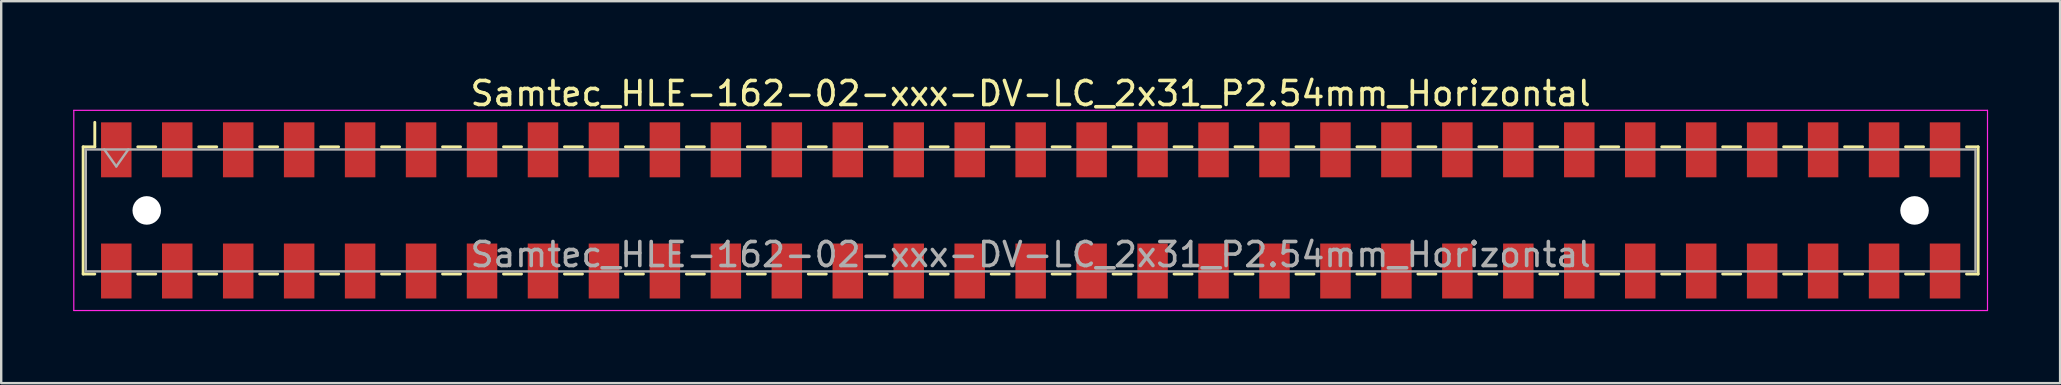
<source format=kicad_pcb>
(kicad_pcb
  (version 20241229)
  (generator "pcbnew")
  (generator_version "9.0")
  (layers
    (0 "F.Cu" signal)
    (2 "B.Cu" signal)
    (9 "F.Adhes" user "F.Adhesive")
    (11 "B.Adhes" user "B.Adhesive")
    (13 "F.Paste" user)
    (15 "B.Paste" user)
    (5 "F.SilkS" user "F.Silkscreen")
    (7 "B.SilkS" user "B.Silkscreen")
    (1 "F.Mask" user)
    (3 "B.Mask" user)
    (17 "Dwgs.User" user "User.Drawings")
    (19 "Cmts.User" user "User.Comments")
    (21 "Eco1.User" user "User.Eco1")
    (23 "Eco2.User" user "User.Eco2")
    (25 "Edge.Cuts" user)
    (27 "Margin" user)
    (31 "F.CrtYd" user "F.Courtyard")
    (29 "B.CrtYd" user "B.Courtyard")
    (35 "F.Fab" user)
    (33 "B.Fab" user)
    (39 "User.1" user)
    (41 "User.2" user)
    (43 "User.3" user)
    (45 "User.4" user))
  (footprint "Samtec_HLE-162-02-xxx-DV-LC_2x31_P2.54mm_Horizontal"
    (layer "F.Cu")
    (at 39.895 5.718)
    (property "Reference" "Samtec_HLE-162-02-xxx-DV-LC_2x31_P2.54mm_Horizontal" (at 0 -4.87 0) (layer "F.SilkS") (effects (font (size 1 1) (thickness 0.15))))
    (attr smd)
    (fp_line (start -39.48 -2.65) (end -39.48 2.65) (stroke (width 0.12) (type solid)) (layer "F.SilkS"))
    (fp_line (start -39.48 2.65) (end -38.995 2.65) (stroke (width 0.12) (type solid)) (layer "F.SilkS"))
    (fp_line (start -38.995 -3.67) (end -38.995 -2.65) (stroke (width 0.12) (type solid)) (layer "F.SilkS"))
    (fp_line (start -38.995 -2.65) (end -39.48 -2.65) (stroke (width 0.12) (type solid)) (layer "F.SilkS"))
    (fp_line (start -37.205 -2.65) (end -36.455 -2.65) (stroke (width 0.12) (type solid)) (layer "F.SilkS"))
    (fp_line (start -37.205 2.65) (end -36.455 2.65) (stroke (width 0.12) (type solid)) (layer "F.SilkS"))
    (fp_line (start -34.665 -2.65) (end -33.915 -2.65) (stroke (width 0.12) (type solid)) (layer "F.SilkS"))
    (fp_line (start -34.665 2.65) (end -33.915 2.65) (stroke (width 0.12) (type solid)) (layer "F.SilkS"))
    (fp_line (start -32.125 -2.65) (end -31.375 -2.65) (stroke (width 0.12) (type solid)) (layer "F.SilkS"))
    (fp_line (start -32.125 2.65) (end -31.375 2.65) (stroke (width 0.12) (type solid)) (layer "F.SilkS"))
    (fp_line (start -29.585 -2.65) (end -28.835 -2.65) (stroke (width 0.12) (type solid)) (layer "F.SilkS"))
    (fp_line (start -29.585 2.65) (end -28.835 2.65) (stroke (width 0.12) (type solid)) (layer "F.SilkS"))
    (fp_line (start -27.045 -2.65) (end -26.295 -2.65) (stroke (width 0.12) (type solid)) (layer "F.SilkS"))
    (fp_line (start -27.045 2.65) (end -26.295 2.65) (stroke (width 0.12) (type solid)) (layer "F.SilkS"))
    (fp_line (start -24.505 -2.65) (end -23.755 -2.65) (stroke (width 0.12) (type solid)) (layer "F.SilkS"))
    (fp_line (start -24.505 2.65) (end -23.755 2.65) (stroke (width 0.12) (type solid)) (layer "F.SilkS"))
    (fp_line (start -21.965 -2.65) (end -21.215 -2.65) (stroke (width 0.12) (type solid)) (layer "F.SilkS"))
    (fp_line (start -21.965 2.65) (end -21.215 2.65) (stroke (width 0.12) (type solid)) (layer "F.SilkS"))
    (fp_line (start -19.425 -2.65) (end -18.675 -2.65) (stroke (width 0.12) (type solid)) (layer "F.SilkS"))
    (fp_line (start -19.425 2.65) (end -18.675 2.65) (stroke (width 0.12) (type solid)) (layer "F.SilkS"))
    (fp_line (start -16.885 -2.65) (end -16.135 -2.65) (stroke (width 0.12) (type solid)) (layer "F.SilkS"))
    (fp_line (start -16.885 2.65) (end -16.135 2.65) (stroke (width 0.12) (type solid)) (layer "F.SilkS"))
    (fp_line (start -14.345 -2.65) (end -13.595 -2.65) (stroke (width 0.12) (type solid)) (layer "F.SilkS"))
    (fp_line (start -14.345 2.65) (end -13.595 2.65) (stroke (width 0.12) (type solid)) (layer "F.SilkS"))
    (fp_line (start -11.805 -2.65) (end -11.055 -2.65) (stroke (width 0.12) (type solid)) (layer "F.SilkS"))
    (fp_line (start -11.805 2.65) (end -11.055 2.65) (stroke (width 0.12) (type solid)) (layer "F.SilkS"))
    (fp_line (start -9.265 -2.65) (end -8.515 -2.65) (stroke (width 0.12) (type solid)) (layer "F.SilkS"))
    (fp_line (start -9.265 2.65) (end -8.515 2.65) (stroke (width 0.12) (type solid)) (layer "F.SilkS"))
    (fp_line (start -6.725 -2.65) (end -5.975 -2.65) (stroke (width 0.12) (type solid)) (layer "F.SilkS"))
    (fp_line (start -6.725 2.65) (end -5.975 2.65) (stroke (width 0.12) (type solid)) (layer "F.SilkS"))
    (fp_line (start -4.185 -2.65) (end -3.435 -2.65) (stroke (width 0.12) (type solid)) (layer "F.SilkS"))
    (fp_line (start -4.185 2.65) (end -3.435 2.65) (stroke (width 0.12) (type solid)) (layer "F.SilkS"))
    (fp_line (start -1.645 -2.65) (end -0.895 -2.65) (stroke (width 0.12) (type solid)) (layer "F.SilkS"))
    (fp_line (start -1.645 2.65) (end -0.895 2.65) (stroke (width 0.12) (type solid)) (layer "F.SilkS"))
    (fp_line (start 0.895 -2.65) (end 1.645 -2.65) (stroke (width 0.12) (type solid)) (layer "F.SilkS"))
    (fp_line (start 0.895 2.65) (end 1.645 2.65) (stroke (width 0.12) (type solid)) (layer "F.SilkS"))
    (fp_line (start 3.435 -2.65) (end 4.185 -2.65) (stroke (width 0.12) (type solid)) (layer "F.SilkS"))
    (fp_line (start 3.435 2.65) (end 4.185 2.65) (stroke (width 0.12) (type solid)) (layer "F.SilkS"))
    (fp_line (start 5.975 -2.65) (end 6.725 -2.65) (stroke (width 0.12) (type solid)) (layer "F.SilkS"))
    (fp_line (start 5.975 2.65) (end 6.725 2.65) (stroke (width 0.12) (type solid)) (layer "F.SilkS"))
    (fp_line (start 8.515 -2.65) (end 9.265 -2.65) (stroke (width 0.12) (type solid)) (layer "F.SilkS"))
    (fp_line (start 8.515 2.65) (end 9.265 2.65) (stroke (width 0.12) (type solid)) (layer "F.SilkS"))
    (fp_line (start 11.055 -2.65) (end 11.805 -2.65) (stroke (width 0.12) (type solid)) (layer "F.SilkS"))
    (fp_line (start 11.055 2.65) (end 11.805 2.65) (stroke (width 0.12) (type solid)) (layer "F.SilkS"))
    (fp_line (start 13.595 -2.65) (end 14.345 -2.65) (stroke (width 0.12) (type solid)) (layer "F.SilkS"))
    (fp_line (start 13.595 2.65) (end 14.345 2.65) (stroke (width 0.12) (type solid)) (layer "F.SilkS"))
    (fp_line (start 16.135 -2.65) (end 16.885 -2.65) (stroke (width 0.12) (type solid)) (layer "F.SilkS"))
    (fp_line (start 16.135 2.65) (end 16.885 2.65) (stroke (width 0.12) (type solid)) (layer "F.SilkS"))
    (fp_line (start 18.675 -2.65) (end 19.425 -2.65) (stroke (width 0.12) (type solid)) (layer "F.SilkS"))
    (fp_line (start 18.675 2.65) (end 19.425 2.65) (stroke (width 0.12) (type solid)) (layer "F.SilkS"))
    (fp_line (start 21.215 -2.65) (end 21.965 -2.65) (stroke (width 0.12) (type solid)) (layer "F.SilkS"))
    (fp_line (start 21.215 2.65) (end 21.965 2.65) (stroke (width 0.12) (type solid)) (layer "F.SilkS"))
    (fp_line (start 23.755 -2.65) (end 24.505 -2.65) (stroke (width 0.12) (type solid)) (layer "F.SilkS"))
    (fp_line (start 23.755 2.65) (end 24.505 2.65) (stroke (width 0.12) (type solid)) (layer "F.SilkS"))
    (fp_line (start 26.295 -2.65) (end 27.045 -2.65) (stroke (width 0.12) (type solid)) (layer "F.SilkS"))
    (fp_line (start 26.295 2.65) (end 27.045 2.65) (stroke (width 0.12) (type solid)) (layer "F.SilkS"))
    (fp_line (start 28.835 -2.65) (end 29.585 -2.65) (stroke (width 0.12) (type solid)) (layer "F.SilkS"))
    (fp_line (start 28.835 2.65) (end 29.585 2.65) (stroke (width 0.12) (type solid)) (layer "F.SilkS"))
    (fp_line (start 31.375 -2.65) (end 32.125 -2.65) (stroke (width 0.12) (type solid)) (layer "F.SilkS"))
    (fp_line (start 31.375 2.65) (end 32.125 2.65) (stroke (width 0.12) (type solid)) (layer "F.SilkS"))
    (fp_line (start 33.915 -2.65) (end 34.665 -2.65) (stroke (width 0.12) (type solid)) (layer "F.SilkS"))
    (fp_line (start 33.915 2.65) (end 34.665 2.65) (stroke (width 0.12) (type solid)) (layer "F.SilkS"))
    (fp_line (start 36.455 -2.65) (end 37.205 -2.65) (stroke (width 0.12) (type solid)) (layer "F.SilkS"))
    (fp_line (start 36.455 2.65) (end 37.205 2.65) (stroke (width 0.12) (type solid)) (layer "F.SilkS"))
    (fp_line (start 38.995 -2.65) (end 39.48 -2.65) (stroke (width 0.12) (type solid)) (layer "F.SilkS"))
    (fp_line (start 39.48 -2.65) (end 39.48 2.65) (stroke (width 0.12) (type solid)) (layer "F.SilkS"))
    (fp_line (start 39.48 2.65) (end 38.995 2.65) (stroke (width 0.12) (type solid)) (layer "F.SilkS"))
    (fp_line (start -39.87 -4.17) (end 39.87 -4.17) (stroke (width 0.05) (type solid)) (layer "F.CrtYd"))
    (fp_line (start -39.87 4.17) (end -39.87 -4.17) (stroke (width 0.05) (type solid)) (layer "F.CrtYd"))
    (fp_line (start 39.87 -4.17) (end 39.87 4.17) (stroke (width 0.05) (type solid)) (layer "F.CrtYd"))
    (fp_line (start 39.87 4.17) (end -39.87 4.17) (stroke (width 0.05) (type solid)) (layer "F.CrtYd"))
    (fp_line (start -39.37 -2.54) (end 39.37 -2.54) (stroke (width 0.1) (type solid)) (layer "F.Fab"))
    (fp_line (start -39.37 2.54) (end -39.37 -2.54) (stroke (width 0.1) (type solid)) (layer "F.Fab"))
    (fp_line (start -38.6 -2.54) (end -38.1 -1.833) (stroke (width 0.1) (type solid)) (layer "F.Fab"))
    (fp_line (start -38.1 -1.833) (end -37.6 -2.54) (stroke (width 0.1) (type solid)) (layer "F.Fab"))
    (fp_line (start 39.37 -2.54) (end 39.37 2.54) (stroke (width 0.1) (type solid)) (layer "F.Fab"))
    (fp_line (start 39.37 2.54) (end -39.37 2.54) (stroke (width 0.1) (type solid)) (layer "F.Fab"))
    (fp_text user "${REFERENCE}" (at 0 1.84 0) (layer "F.Fab") (effects (font (size 1 1) (thickness 0.15))))
    (pad "" np_thru_hole circle (at -36.83 0) (size 1.19 1.19) (drill 1.19) (layers "*.Cu" "*.Mask"))
    (pad "" np_thru_hole circle (at 36.83 0) (size 1.19 1.19) (drill 1.19) (layers "*.Cu" "*.Mask"))
    (pad "1" smd rect (at -38.1 -2.525) (size 1.27 2.29) (layers "F.Cu" "F.Mask" "F.Paste"))
    (pad "2" smd rect (at -38.1 2.525) (size 1.27 2.29) (layers "F.Cu" "F.Mask" "F.Paste"))
    (pad "3" smd rect (at -35.56 -2.525) (size 1.27 2.29) (layers "F.Cu" "F.Mask" "F.Paste"))
    (pad "4" smd rect (at -35.56 2.525) (size 1.27 2.29) (layers "F.Cu" "F.Mask" "F.Paste"))
    (pad "5" smd rect (at -33.02 -2.525) (size 1.27 2.29) (layers "F.Cu" "F.Mask" "F.Paste"))
    (pad "6" smd rect (at -33.02 2.525) (size 1.27 2.29) (layers "F.Cu" "F.Mask" "F.Paste"))
    (pad "7" smd rect (at -30.48 -2.525) (size 1.27 2.29) (layers "F.Cu" "F.Mask" "F.Paste"))
    (pad "8" smd rect (at -30.48 2.525) (size 1.27 2.29) (layers "F.Cu" "F.Mask" "F.Paste"))
    (pad "9" smd rect (at -27.94 -2.525) (size 1.27 2.29) (layers "F.Cu" "F.Mask" "F.Paste"))
    (pad "10" smd rect (at -27.94 2.525) (size 1.27 2.29) (layers "F.Cu" "F.Mask" "F.Paste"))
    (pad "11" smd rect (at -25.4 -2.525) (size 1.27 2.29) (layers "F.Cu" "F.Mask" "F.Paste"))
    (pad "12" smd rect (at -25.4 2.525) (size 1.27 2.29) (layers "F.Cu" "F.Mask" "F.Paste"))
    (pad "13" smd rect (at -22.86 -2.525) (size 1.27 2.29) (layers "F.Cu" "F.Mask" "F.Paste"))
    (pad "14" smd rect (at -22.86 2.525) (size 1.27 2.29) (layers "F.Cu" "F.Mask" "F.Paste"))
    (pad "15" smd rect (at -20.32 -2.525) (size 1.27 2.29) (layers "F.Cu" "F.Mask" "F.Paste"))
    (pad "16" smd rect (at -20.32 2.525) (size 1.27 2.29) (layers "F.Cu" "F.Mask" "F.Paste"))
    (pad "17" smd rect (at -17.78 -2.525) (size 1.27 2.29) (layers "F.Cu" "F.Mask" "F.Paste"))
    (pad "18" smd rect (at -17.78 2.525) (size 1.27 2.29) (layers "F.Cu" "F.Mask" "F.Paste"))
    (pad "19" smd rect (at -15.24 -2.525) (size 1.27 2.29) (layers "F.Cu" "F.Mask" "F.Paste"))
    (pad "20" smd rect (at -15.24 2.525) (size 1.27 2.29) (layers "F.Cu" "F.Mask" "F.Paste"))
    (pad "21" smd rect (at -12.7 -2.525) (size 1.27 2.29) (layers "F.Cu" "F.Mask" "F.Paste"))
    (pad "22" smd rect (at -12.7 2.525) (size 1.27 2.29) (layers "F.Cu" "F.Mask" "F.Paste"))
    (pad "23" smd rect (at -10.16 -2.525) (size 1.27 2.29) (layers "F.Cu" "F.Mask" "F.Paste"))
    (pad "24" smd rect (at -10.16 2.525) (size 1.27 2.29) (layers "F.Cu" "F.Mask" "F.Paste"))
    (pad "25" smd rect (at -7.62 -2.525) (size 1.27 2.29) (layers "F.Cu" "F.Mask" "F.Paste"))
    (pad "26" smd rect (at -7.62 2.525) (size 1.27 2.29) (layers "F.Cu" "F.Mask" "F.Paste"))
    (pad "27" smd rect (at -5.08 -2.525) (size 1.27 2.29) (layers "F.Cu" "F.Mask" "F.Paste"))
    (pad "28" smd rect (at -5.08 2.525) (size 1.27 2.29) (layers "F.Cu" "F.Mask" "F.Paste"))
    (pad "29" smd rect (at -2.54 -2.525) (size 1.27 2.29) (layers "F.Cu" "F.Mask" "F.Paste"))
    (pad "30" smd rect (at -2.54 2.525) (size 1.27 2.29) (layers "F.Cu" "F.Mask" "F.Paste"))
    (pad "31" smd rect (at 0 -2.525) (size 1.27 2.29) (layers "F.Cu" "F.Mask" "F.Paste"))
    (pad "32" smd rect (at 0 2.525) (size 1.27 2.29) (layers "F.Cu" "F.Mask" "F.Paste"))
    (pad "33" smd rect (at 2.54 -2.525) (size 1.27 2.29) (layers "F.Cu" "F.Mask" "F.Paste"))
    (pad "34" smd rect (at 2.54 2.525) (size 1.27 2.29) (layers "F.Cu" "F.Mask" "F.Paste"))
    (pad "35" smd rect (at 5.08 -2.525) (size 1.27 2.29) (layers "F.Cu" "F.Mask" "F.Paste"))
    (pad "36" smd rect (at 5.08 2.525) (size 1.27 2.29) (layers "F.Cu" "F.Mask" "F.Paste"))
    (pad "37" smd rect (at 7.62 -2.525) (size 1.27 2.29) (layers "F.Cu" "F.Mask" "F.Paste"))
    (pad "38" smd rect (at 7.62 2.525) (size 1.27 2.29) (layers "F.Cu" "F.Mask" "F.Paste"))
    (pad "39" smd rect (at 10.16 -2.525) (size 1.27 2.29) (layers "F.Cu" "F.Mask" "F.Paste"))
    (pad "40" smd rect (at 10.16 2.525) (size 1.27 2.29) (layers "F.Cu" "F.Mask" "F.Paste"))
    (pad "41" smd rect (at 12.7 -2.525) (size 1.27 2.29) (layers "F.Cu" "F.Mask" "F.Paste"))
    (pad "42" smd rect (at 12.7 2.525) (size 1.27 2.29) (layers "F.Cu" "F.Mask" "F.Paste"))
    (pad "43" smd rect (at 15.24 -2.525) (size 1.27 2.29) (layers "F.Cu" "F.Mask" "F.Paste"))
    (pad "44" smd rect (at 15.24 2.525) (size 1.27 2.29) (layers "F.Cu" "F.Mask" "F.Paste"))
    (pad "45" smd rect (at 17.78 -2.525) (size 1.27 2.29) (layers "F.Cu" "F.Mask" "F.Paste"))
    (pad "46" smd rect (at 17.78 2.525) (size 1.27 2.29) (layers "F.Cu" "F.Mask" "F.Paste"))
    (pad "47" smd rect (at 20.32 -2.525) (size 1.27 2.29) (layers "F.Cu" "F.Mask" "F.Paste"))
    (pad "48" smd rect (at 20.32 2.525) (size 1.27 2.29) (layers "F.Cu" "F.Mask" "F.Paste"))
    (pad "49" smd rect (at 22.86 -2.525) (size 1.27 2.29) (layers "F.Cu" "F.Mask" "F.Paste"))
    (pad "50" smd rect (at 22.86 2.525) (size 1.27 2.29) (layers "F.Cu" "F.Mask" "F.Paste"))
    (pad "51" smd rect (at 25.4 -2.525) (size 1.27 2.29) (layers "F.Cu" "F.Mask" "F.Paste"))
    (pad "52" smd rect (at 25.4 2.525) (size 1.27 2.29) (layers "F.Cu" "F.Mask" "F.Paste"))
    (pad "53" smd rect (at 27.94 -2.525) (size 1.27 2.29) (layers "F.Cu" "F.Mask" "F.Paste"))
    (pad "54" smd rect (at 27.94 2.525) (size 1.27 2.29) (layers "F.Cu" "F.Mask" "F.Paste"))
    (pad "55" smd rect (at 30.48 -2.525) (size 1.27 2.29) (layers "F.Cu" "F.Mask" "F.Paste"))
    (pad "56" smd rect (at 30.48 2.525) (size 1.27 2.29) (layers "F.Cu" "F.Mask" "F.Paste"))
    (pad "57" smd rect (at 33.02 -2.525) (size 1.27 2.29) (layers "F.Cu" "F.Mask" "F.Paste"))
    (pad "58" smd rect (at 33.02 2.525) (size 1.27 2.29) (layers "F.Cu" "F.Mask" "F.Paste"))
    (pad "59" smd rect (at 35.56 -2.525) (size 1.27 2.29) (layers "F.Cu" "F.Mask" "F.Paste"))
    (pad "60" smd rect (at 35.56 2.525) (size 1.27 2.29) (layers "F.Cu" "F.Mask" "F.Paste"))
    (pad "61" smd rect (at 38.1 -2.525) (size 1.27 2.29) (layers "F.Cu" "F.Mask" "F.Paste"))
    (pad "62" smd rect (at 38.1 2.525) (size 1.27 2.29) (layers "F.Cu" "F.Mask" "F.Paste")))
  (gr_rect
    (start -3 -3)
    (end 82.79 12.913)
    (stroke (width 0.1) (type default))
    (fill no)
    (layer "Edge.Cuts")))
</source>
